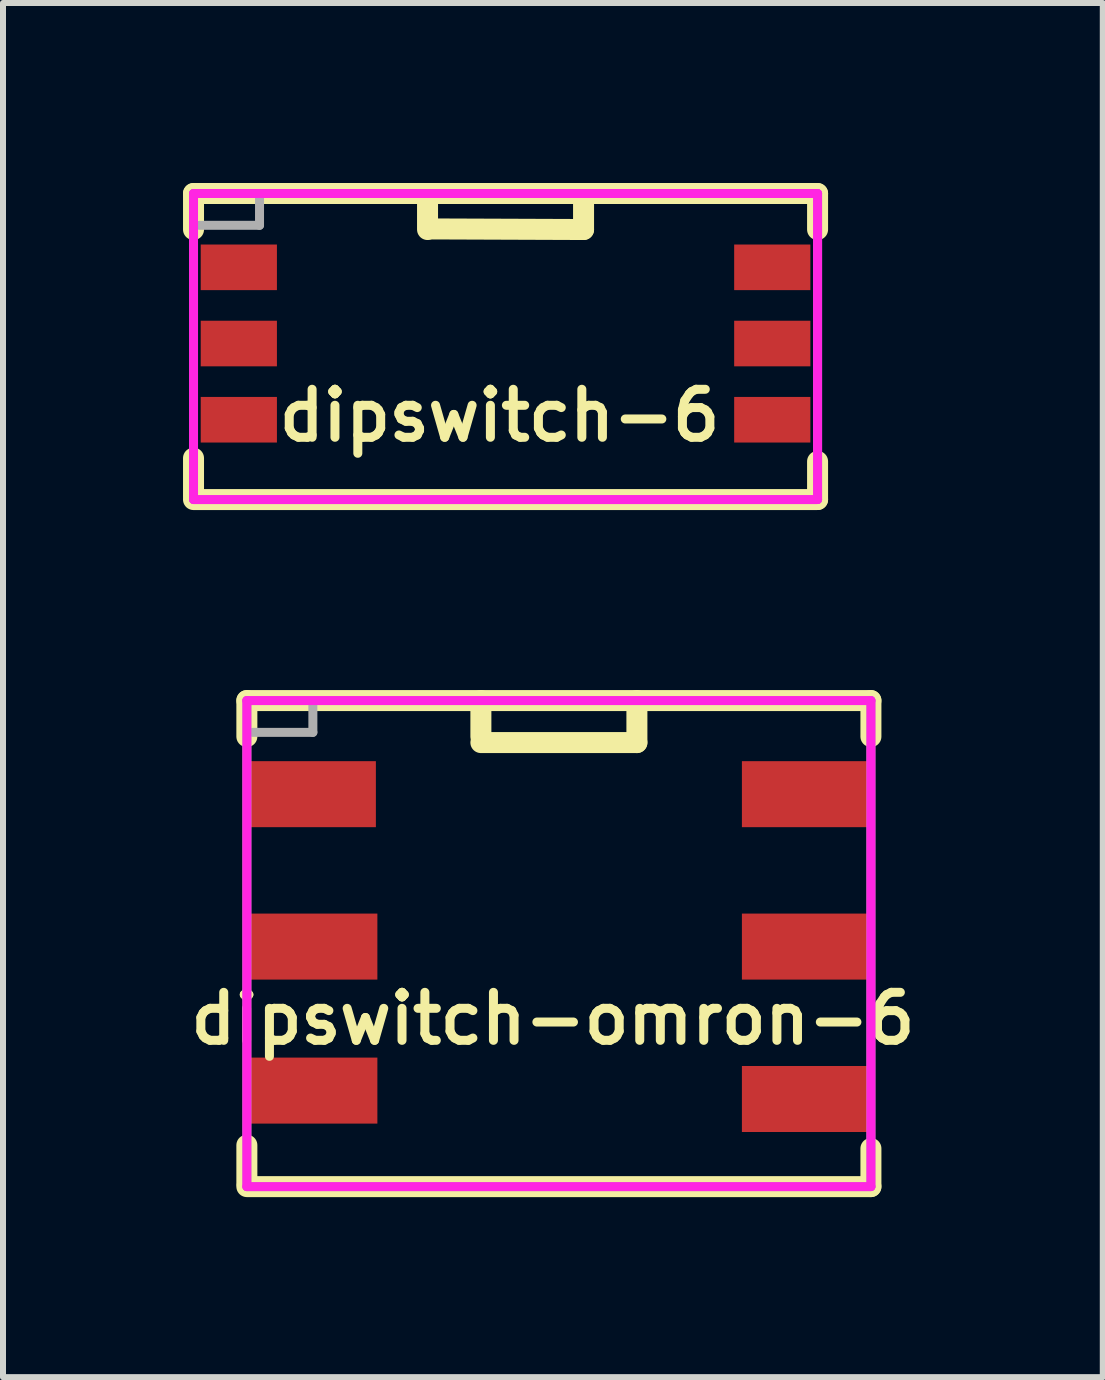
<source format=kicad_pcb>
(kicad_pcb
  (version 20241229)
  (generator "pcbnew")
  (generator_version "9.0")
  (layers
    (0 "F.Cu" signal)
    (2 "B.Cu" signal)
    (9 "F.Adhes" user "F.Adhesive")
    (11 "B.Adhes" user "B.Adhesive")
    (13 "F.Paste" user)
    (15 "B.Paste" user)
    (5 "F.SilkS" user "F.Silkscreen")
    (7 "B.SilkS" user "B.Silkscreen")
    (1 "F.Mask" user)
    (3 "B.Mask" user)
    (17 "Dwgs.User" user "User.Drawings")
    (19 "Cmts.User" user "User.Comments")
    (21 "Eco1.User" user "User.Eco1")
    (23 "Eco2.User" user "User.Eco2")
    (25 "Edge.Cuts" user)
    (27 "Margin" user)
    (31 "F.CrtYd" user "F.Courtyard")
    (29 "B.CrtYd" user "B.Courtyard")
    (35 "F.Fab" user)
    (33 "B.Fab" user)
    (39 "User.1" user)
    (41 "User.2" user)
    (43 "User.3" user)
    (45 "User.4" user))
  (footprint "dipswitch-6"
    (layer "F.Cu")
    (at 5.375 2.675)
    (property "Reference" "dipswitch-6" (at -0.1 1.2 0) (layer "F.SilkS") (effects (font (size 0.8 0.8) (thickness 0.15))))
    (attr through_hole)
    (fp_line (start -5.2 -2.5) (end -5.2 -1.9) (stroke (width 0.35) (type solid)) (layer "F.SilkS"))
    (fp_line (start -5.2 1.91) (end -5.2 2.545) (stroke (width 0.35) (type solid)) (layer "F.SilkS"))
    (fp_line (start -5.2 2.6) (end 5.2 2.6) (stroke (width 0.35) (type solid)) (layer "F.SilkS"))
    (fp_line (start -1.3 -1.9) (end -1.3 -2.5) (stroke (width 0.35) (type solid)) (layer "F.SilkS"))
    (fp_line (start 1.3 -2.5) (end 1.3 -1.9) (stroke (width 0.35) (type solid)) (layer "F.SilkS"))
    (fp_line (start 1.3 -1.9) (end -1.27 -1.91) (stroke (width 0.35) (type solid)) (layer "F.SilkS"))
    (fp_line (start 5.2 -2.5) (end -5.2 -2.5) (stroke (width 0.35) (type solid)) (layer "F.SilkS"))
    (fp_line (start 5.2 -1.9) (end 5.2 -2.5) (stroke (width 0.35) (type solid)) (layer "F.SilkS"))
    (fp_line (start 5.2 2.6) (end 5.2 1.965) (stroke (width 0.35) (type solid)) (layer "F.SilkS"))
    (fp_line (start -5.2 -2.5) (end 5.2 -2.5) (stroke (width 0.15) (type solid)) (layer "F.CrtYd"))
    (fp_line (start -5.2 2.6) (end -5.2 -2.5) (stroke (width 0.15) (type solid)) (layer "F.CrtYd"))
    (fp_line (start 5.2 -2.5) (end 5.2 2.6) (stroke (width 0.15) (type solid)) (layer "F.CrtYd"))
    (fp_line (start 5.2 2.6) (end -5.2 2.6) (stroke (width 0.15) (type solid)) (layer "F.CrtYd"))
    (fp_line (start -5.2 -2.5) (end 5.2 -2.5) (stroke (width 0.15) (type solid)) (layer "F.Fab"))
    (fp_line (start -5.2 2.6) (end -5.2 -2.5) (stroke (width 0.15) (type solid)) (layer "F.Fab"))
    (fp_line (start -4.1 -2.5) (end -4.1 -1.97) (stroke (width 0.15) (type solid)) (layer "F.Fab"))
    (fp_line (start -4.1 -1.97) (end -5.1 -1.97) (stroke (width 0.15) (type solid)) (layer "F.Fab"))
    (fp_line (start 5.2 -2.5) (end 5.2 2.6) (stroke (width 0.15) (type solid)) (layer "F.Fab"))
    (fp_line (start 5.2 2.6) (end -5.2 2.6) (stroke (width 0.15) (type solid)) (layer "F.Fab"))
    (pad "1" smd rect (at -4.445 -1.27) (size 1.27 0.76) (layers "F.Cu" "F.Mask" "F.Paste"))
    (pad "2" smd rect (at -4.445 0) (size 1.27 0.76) (layers "F.Cu" "F.Mask" "F.Paste"))
    (pad "3" smd rect (at -4.445 1.27) (size 1.27 0.76) (layers "F.Cu" "F.Mask" "F.Paste"))
    (pad "4" smd rect (at 4.445 1.27) (size 1.27 0.76) (layers "F.Cu" "F.Mask" "F.Paste"))
    (pad "5" smd rect (at 4.445 0) (size 1.27 0.76) (layers "F.Cu" "F.Mask" "F.Paste"))
    (pad "6" smd rect (at 4.445 -1.27) (size 1.27 0.76) (layers "F.Cu" "F.Mask" "F.Paste")))
  (footprint "dipswitch-omron-6"
    (layer "F.Cu")
    (at 6.264 12.725)
    (property "Reference" "dipswitch-omron-6" (at -0.1 1.2 0) (layer "F.SilkS") (effects (font (size 0.8 0.8) (thickness 0.15))))
    (attr through_hole)
    (fp_line (start -5.2 -4.1) (end -5.2 -3.5) (stroke (width 0.35) (type solid)) (layer "F.SilkS"))
    (fp_line (start -5.2 3.31) (end -5.2 3.945) (stroke (width 0.35) (type solid)) (layer "F.SilkS"))
    (fp_line (start -5.2 4) (end 5.2 4) (stroke (width 0.35) (type solid)) (layer "F.SilkS"))
    (fp_line (start -1.3 -3.5) (end -1.3 -4.1) (stroke (width 0.35) (type solid)) (layer "F.SilkS"))
    (fp_line (start 1.3 -4.1) (end 1.3 -3.4) (stroke (width 0.35) (type solid)) (layer "F.SilkS"))
    (fp_line (start 1.3 -3.4) (end -1.3 -3.4) (stroke (width 0.35) (type solid)) (layer "F.SilkS"))
    (fp_line (start 5.2 -4.1) (end -5.2 -4.1) (stroke (width 0.35) (type solid)) (layer "F.SilkS"))
    (fp_line (start 5.2 -3.5) (end 5.2 -4.1) (stroke (width 0.35) (type solid)) (layer "F.SilkS"))
    (fp_line (start 5.2 4) (end 5.2 3.365) (stroke (width 0.35) (type solid)) (layer "F.SilkS"))
    (fp_line (start -5.2 -4.1) (end 5.2 -4.1) (stroke (width 0.15) (type solid)) (layer "F.CrtYd"))
    (fp_line (start -5.2 4) (end -5.2 -4.1) (stroke (width 0.15) (type solid)) (layer "F.CrtYd"))
    (fp_line (start 5.2 -4.1) (end 5.2 4) (stroke (width 0.15) (type solid)) (layer "F.CrtYd"))
    (fp_line (start 5.2 4) (end -5.2 4) (stroke (width 0.15) (type solid)) (layer "F.CrtYd"))
    (fp_line (start -5.2 -4.1) (end 5.2 -4.1) (stroke (width 0.15) (type solid)) (layer "F.Fab"))
    (fp_line (start -5.2 4) (end -5.2 -4.1) (stroke (width 0.15) (type solid)) (layer "F.Fab"))
    (fp_line (start -4.1 -4.1) (end -4.1 -3.57) (stroke (width 0.15) (type solid)) (layer "F.Fab"))
    (fp_line (start -4.1 -3.57) (end -5.1 -3.57) (stroke (width 0.15) (type solid)) (layer "F.Fab"))
    (fp_line (start 5.2 -4.1) (end 5.2 4) (stroke (width 0.15) (type solid)) (layer "F.Fab"))
    (fp_line (start 5.2 4) (end -5.2 4) (stroke (width 0.15) (type solid)) (layer "F.Fab"))
    (pad "1" smd rect (at -4.125 -2.54) (size 2.15 1.1) (layers "F.Cu" "F.Mask" "F.Paste"))
    (pad "2" smd rect (at -4.1 0) (size 2.15 1.1) (layers "F.Cu" "F.Mask" "F.Paste"))
    (pad "3" smd rect (at -4.1 2.4) (size 2.15 1.1) (layers "F.Cu" "F.Mask" "F.Paste"))
    (pad "5" smd rect (at 4.125 0) (size 2.15 1.1) (layers "F.Cu" "F.Mask" "F.Paste"))
    (pad "6" smd rect (at 4.125 -2.54) (size 2.15 1.1) (layers "F.Cu" "F.Mask" "F.Paste"))
    (pad "6" smd rect (at 4.125 2.54) (size 2.15 1.1) (layers "F.Cu" "F.Mask" "F.Paste")))
  (gr_rect
    (start -3 -3)
    (end 15.328 19.9)
    (stroke (width 0.1) (type default))
    (fill no)
    (layer "Edge.Cuts")))
</source>
